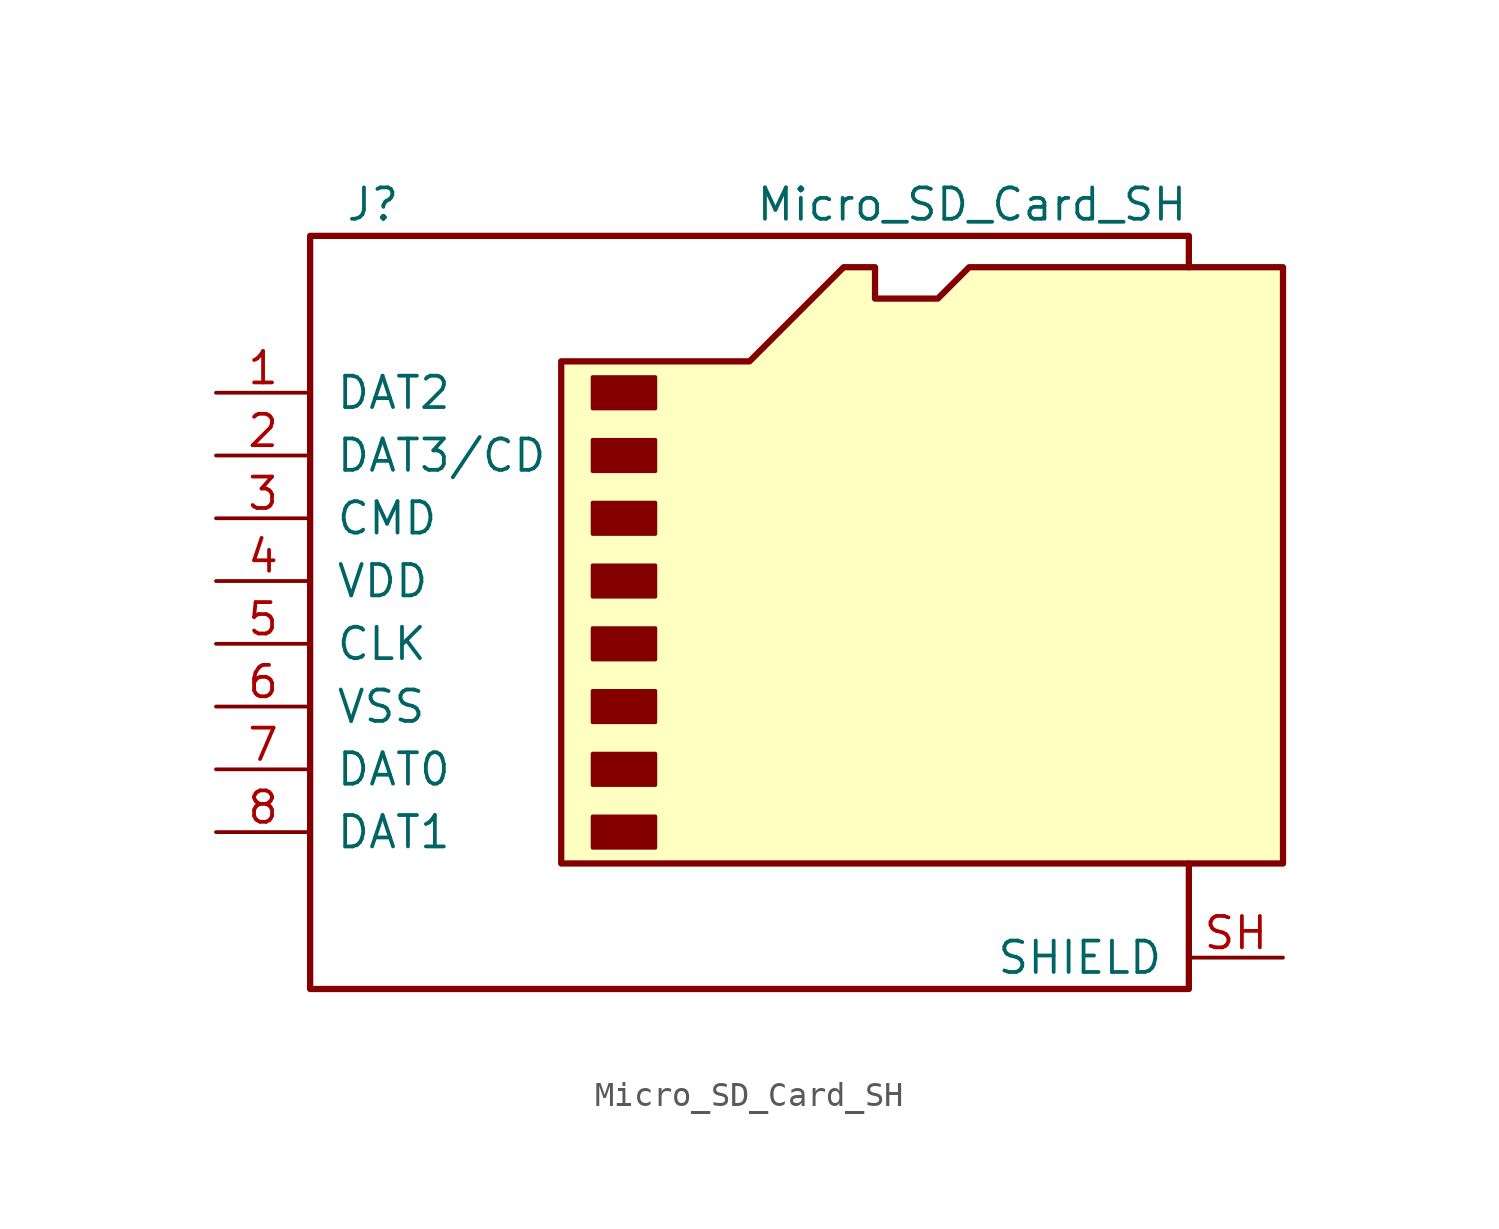
<source format=kicad_sym>
(kicad_symbol_lib
  (version 20231120)
  (generator "kicad_symbol_editor")
  (generator_version "8.0")
  (symbol "Micro_SD_Card_SH"
    (pin_names
      (offset 1.016))
    (property "Reference" "J"
      (at -16.51 15.24 0)
      (effects (font (size 1.27 1.27))))
    (property "Value" "Micro_SD_Card_SH"
      (at 16.51 15.24 0)
      (effects (font (size 1.27 1.27)) (justify right)))
    (symbol "Micro_SD_Card_SH_0_1"
      (rectangle (start -7.62 -9.525) (end -5.08 -10.795) (stroke (width 0) (type default)) (fill (type outline)))
      (rectangle (start -7.62 -6.985) (end -5.08 -8.255) (stroke (width 0) (type default)) (fill (type outline)))
      (rectangle (start -7.62 -4.445) (end -5.08 -5.715) (stroke (width 0) (type default)) (fill (type outline)))
      (rectangle (start -7.62 -1.905) (end -5.08 -3.175) (stroke (width 0) (type default)) (fill (type outline)))
      (rectangle (start -7.62 0.635) (end -5.08 -0.635) (stroke (width 0) (type default)) (fill (type outline)))
      (rectangle (start -7.62 3.175) (end -5.08 1.905) (stroke (width 0) (type default)) (fill (type outline)))
      (rectangle (start -7.62 5.715) (end -5.08 4.445) (stroke (width 0) (type default)) (fill (type outline)))
      (rectangle (start -7.62 8.255) (end -5.08 6.985) (stroke (width 0) (type default)) (fill (type outline)))
      (polyline (pts (xy 16.51 12.7) (xy 16.51 13.97) (xy -19.05 13.97) (xy -19.05 -16.51) (xy 16.51 -16.51) (xy 16.51 -11.43)) (stroke (width 0.254) (type default)) (fill (type none)))
      (polyline (pts (xy -8.89 -11.43) (xy -8.89 8.89) (xy -1.27 8.89) (xy 2.54 12.7) (xy 3.81 12.7) (xy 3.81 11.43) (xy 6.35 11.43) (xy 7.62 12.7) (xy 20.32 12.7) (xy 20.32 -11.43) (xy -8.89 -11.43)) (stroke (width 0.254) (type default)) (fill (type background))))
    (symbol "Micro_SD_Card_SH_1_1"
      (pin bidirectional line (at -22.86 7.62 0) (length 3.81) (name "DAT2" (effects (font (size 1.27 1.27)))) (number "1" (effects (font (size 1.27 1.27)))))
      (pin bidirectional line (at -22.86 5.08 0) (length 3.81) (name "DAT3/CD" (effects (font (size 1.27 1.27)))) (number "2" (effects (font (size 1.27 1.27)))))
      (pin input line (at -22.86 2.54 0) (length 3.81) (name "CMD" (effects (font (size 1.27 1.27)))) (number "3" (effects (font (size 1.27 1.27)))))
      (pin power_in line (at -22.86 0 0) (length 3.81) (name "VDD" (effects (font (size 1.27 1.27)))) (number "4" (effects (font (size 1.27 1.27)))))
      (pin input line (at -22.86 -2.54 0) (length 3.81) (name "CLK" (effects (font (size 1.27 1.27)))) (number "5" (effects (font (size 1.27 1.27)))))
      (pin power_in line (at -22.86 -5.08 0) (length 3.81) (name "VSS" (effects (font (size 1.27 1.27)))) (number "6" (effects (font (size 1.27 1.27)))))
      (pin bidirectional line (at -22.86 -7.62 0) (length 3.81) (name "DAT0" (effects (font (size 1.27 1.27)))) (number "7" (effects (font (size 1.27 1.27)))))
      (pin bidirectional line (at -22.86 -10.16 0) (length 3.81) (name "DAT1" (effects (font (size 1.27 1.27)))) (number "8" (effects (font (size 1.27 1.27)))))
      (pin passive line (at 20.32 -15.24 180) (length 3.81) (name "SHIELD" (effects (font (size 1.27 1.27)))) (number "SH" (effects (font (size 1.27 1.27))))))))
</source>
